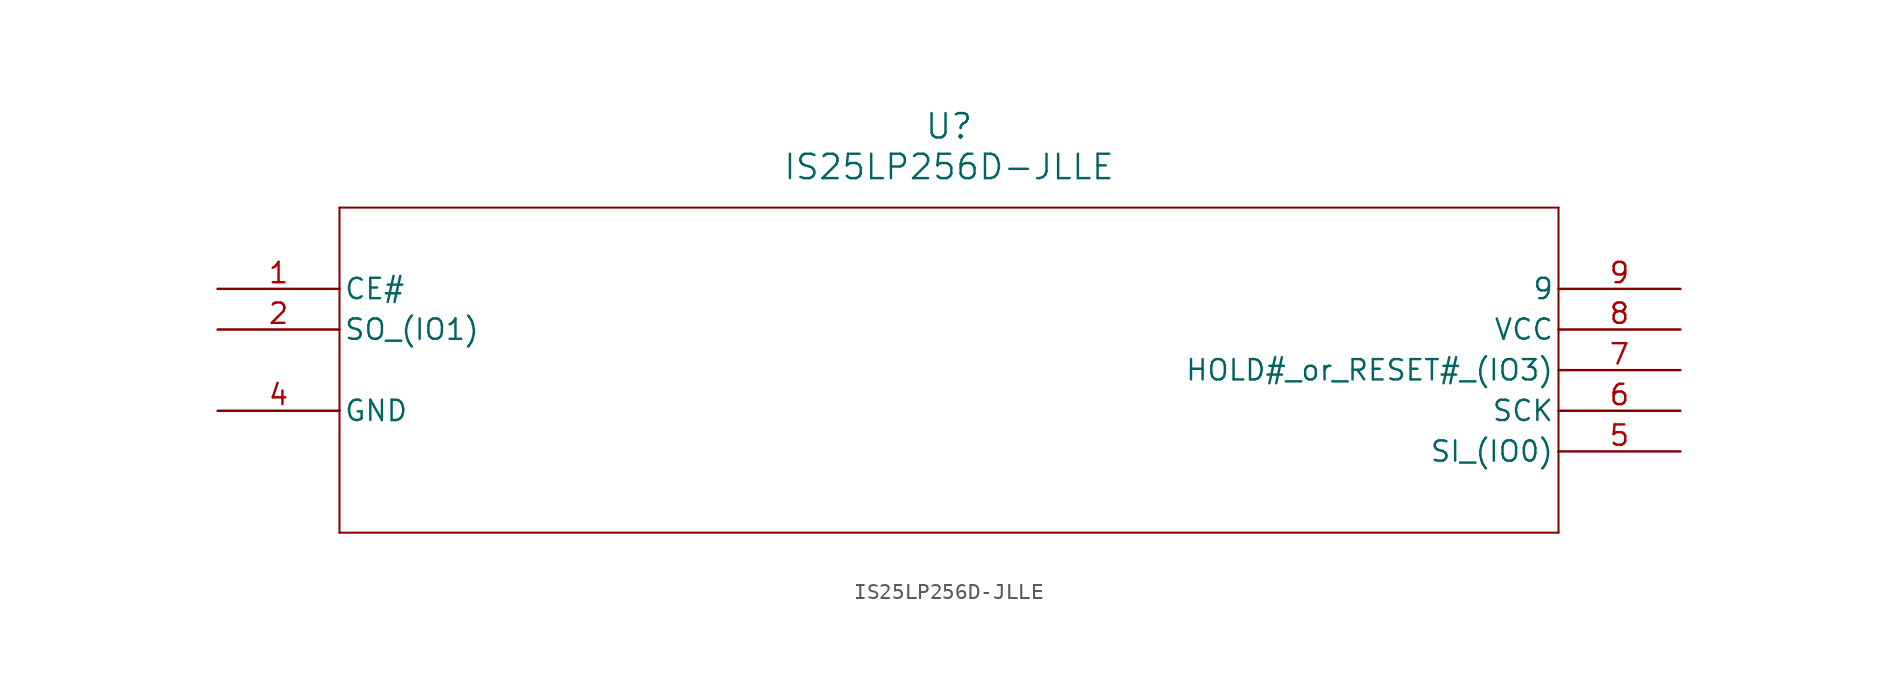
<source format=kicad_sym>
(kicad_symbol_lib
  (version 20211014)
  (generator kicad_symbol_editor)
  (symbol "IS25LP256D-JLLE"
    (pin_names
      (offset 0.254))
    (property "Reference" "U"
      (at 45.72 10.16 0)
      (effects (font (size 1.524 1.524))))
    (property "Value" "IS25LP256D-JLLE"
      (at 45.72 7.62 0)
      (effects (font (size 1.524 1.524))))
    (symbol "IS25LP256D-JLLE_0_1"
      (polyline (pts (xy 7.62 5.08) (xy 7.62 -15.24)) (stroke (width 0.127) (type default) (color 0 0 0 0)) (fill (type none)))
      (polyline (pts (xy 7.62 -15.24) (xy 83.82 -15.24)) (stroke (width 0.127) (type default) (color 0 0 0 0)) (fill (type none)))
      (polyline (pts (xy 83.82 -15.24) (xy 83.82 5.08)) (stroke (width 0.127) (type default) (color 0 0 0 0)) (fill (type none)))
      (polyline (pts (xy 83.82 5.08) (xy 7.62 5.08)) (stroke (width 0.127) (type default) (color 0 0 0 0)) (fill (type none)))
      (pin unspecified line (at 0 0 0) (length 7.62) (name "CE#" (effects (font (size 1.27 1.27)))) (number "1" (effects (font (size 1.27 1.27)))))
      (pin unspecified line (at 0 -2.54 0) (length 7.62) (name "SO (IO1)" (effects (font (size 1.27 1.27)))) (number "2" (effects (font (size 1.27 1.27)))))
      (pin power_out line (at 0 -7.62 0) (length 7.62) (name "GND" (effects (font (size 1.27 1.27)))) (number "4" (effects (font (size 1.27 1.27)))))
      (pin unspecified line (at 91.44 -10.16 180) (length 7.62) (name "SI (IO0)" (effects (font (size 1.27 1.27)))) (number "5" (effects (font (size 1.27 1.27)))))
      (pin unspecified line (at 91.44 -7.62 180) (length 7.62) (name "SCK" (effects (font (size 1.27 1.27)))) (number "6" (effects (font (size 1.27 1.27)))))
      (pin unspecified line (at 91.44 -5.08 180) (length 7.62) (name "HOLD# or RESET# (IO3)" (effects (font (size 1.27 1.27)))) (number "7" (effects (font (size 1.27 1.27)))))
      (pin power_in line (at 91.44 -2.54 180) (length 7.62) (name "VCC" (effects (font (size 1.27 1.27)))) (number "8" (effects (font (size 1.27 1.27)))))
      (pin unspecified line (at 91.44 0 180) (length 7.62) (name "9" (effects (font (size 1.27 1.27)))) (number "9" (effects (font (size 1.27 1.27))))))))
</source>
